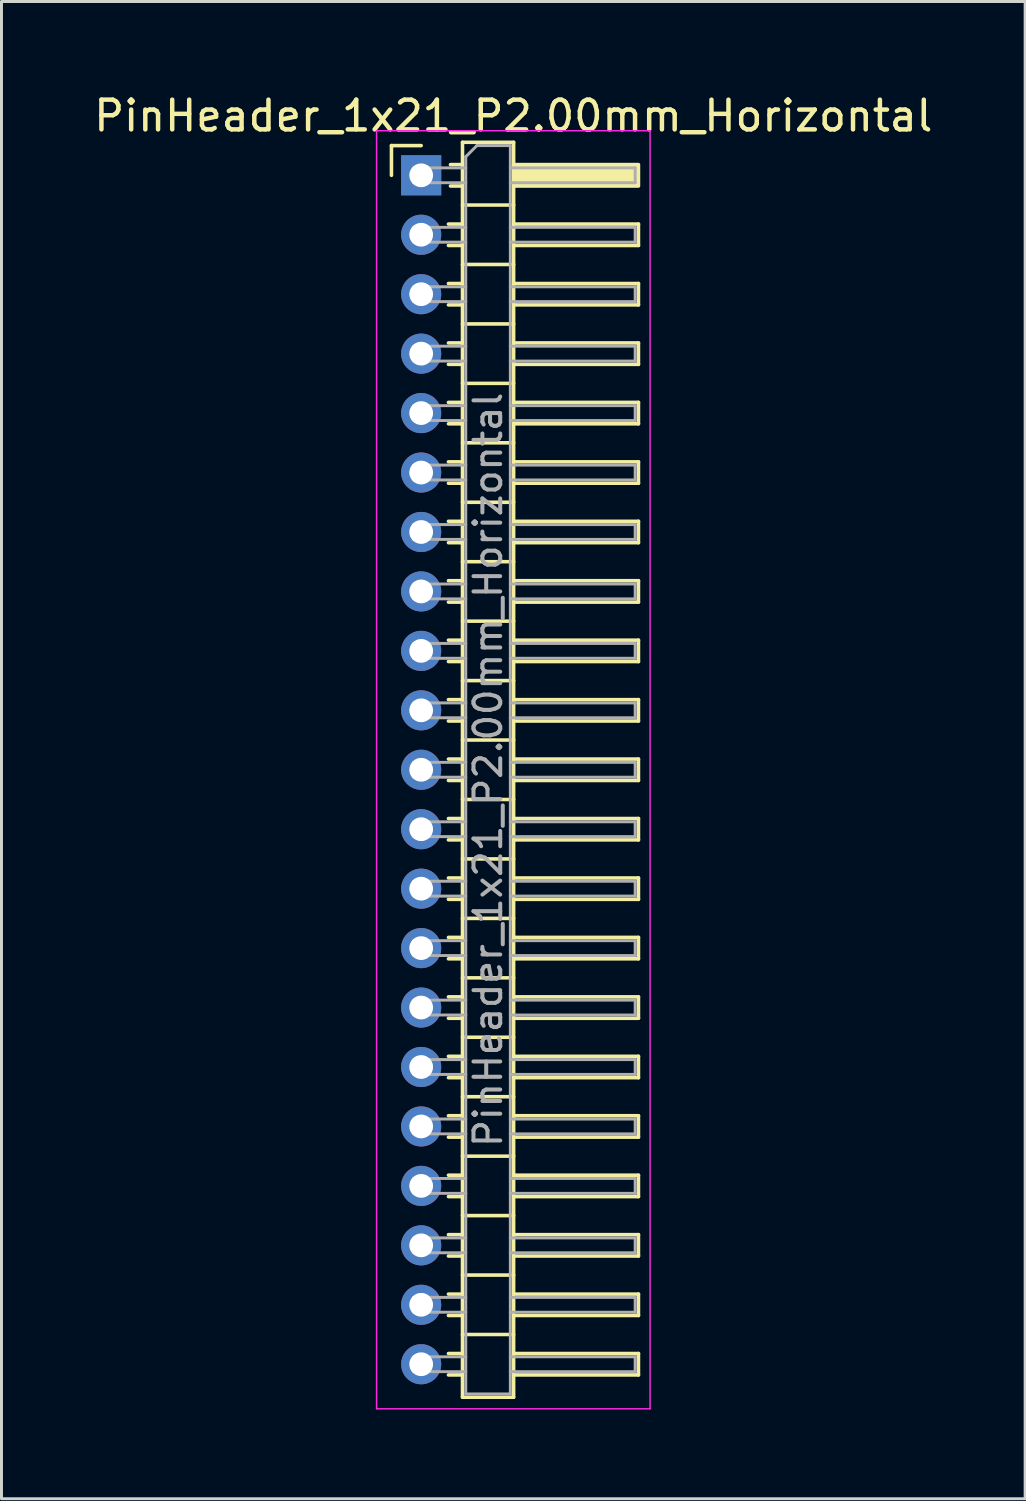
<source format=kicad_pcb>
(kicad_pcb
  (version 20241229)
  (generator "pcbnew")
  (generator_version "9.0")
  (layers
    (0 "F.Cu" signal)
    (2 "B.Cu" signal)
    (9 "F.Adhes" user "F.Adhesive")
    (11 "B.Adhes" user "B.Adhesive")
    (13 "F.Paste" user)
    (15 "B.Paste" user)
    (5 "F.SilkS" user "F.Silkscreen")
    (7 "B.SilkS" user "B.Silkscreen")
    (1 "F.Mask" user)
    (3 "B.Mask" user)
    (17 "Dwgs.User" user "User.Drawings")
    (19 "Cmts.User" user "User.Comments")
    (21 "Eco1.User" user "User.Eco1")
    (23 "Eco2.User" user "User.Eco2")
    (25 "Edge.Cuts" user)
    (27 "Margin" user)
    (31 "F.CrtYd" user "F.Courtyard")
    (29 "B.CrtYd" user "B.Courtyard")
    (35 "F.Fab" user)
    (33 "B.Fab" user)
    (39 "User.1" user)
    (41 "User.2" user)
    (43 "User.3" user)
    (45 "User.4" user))
  (footprint "PinHeader_1x21_P2.00mm_Horizontal"
    (layer "F.Cu")
    (at 11.12 2.848)
    (property "Reference" "PinHeader_1x21_P2.00mm_Horizontal" (at 3.1 -2 0) (layer "F.SilkS") (effects (font (size 1 1) (thickness 0.15))))
    (attr through_hole)
    (fp_line (start -1 -1) (end 0 -1) (stroke (width 0.12) (type solid)) (layer "F.SilkS"))
    (fp_line (start -1 0) (end -1 -1) (stroke (width 0.12) (type solid)) (layer "F.SilkS"))
    (fp_line (start 0.917 1.64) (end 1.39 1.64) (stroke (width 0.12) (type solid)) (layer "F.SilkS"))
    (fp_line (start 0.917 2.36) (end 1.39 2.36) (stroke (width 0.12) (type solid)) (layer "F.SilkS"))
    (fp_line (start 0.917 3.64) (end 1.39 3.64) (stroke (width 0.12) (type solid)) (layer "F.SilkS"))
    (fp_line (start 0.917 4.36) (end 1.39 4.36) (stroke (width 0.12) (type solid)) (layer "F.SilkS"))
    (fp_line (start 0.917 5.64) (end 1.39 5.64) (stroke (width 0.12) (type solid)) (layer "F.SilkS"))
    (fp_line (start 0.917 6.36) (end 1.39 6.36) (stroke (width 0.12) (type solid)) (layer "F.SilkS"))
    (fp_line (start 0.917 7.64) (end 1.39 7.64) (stroke (width 0.12) (type solid)) (layer "F.SilkS"))
    (fp_line (start 0.917 8.36) (end 1.39 8.36) (stroke (width 0.12) (type solid)) (layer "F.SilkS"))
    (fp_line (start 0.917 9.64) (end 1.39 9.64) (stroke (width 0.12) (type solid)) (layer "F.SilkS"))
    (fp_line (start 0.917 10.36) (end 1.39 10.36) (stroke (width 0.12) (type solid)) (layer "F.SilkS"))
    (fp_line (start 0.917 11.64) (end 1.39 11.64) (stroke (width 0.12) (type solid)) (layer "F.SilkS"))
    (fp_line (start 0.917 12.36) (end 1.39 12.36) (stroke (width 0.12) (type solid)) (layer "F.SilkS"))
    (fp_line (start 0.917 13.64) (end 1.39 13.64) (stroke (width 0.12) (type solid)) (layer "F.SilkS"))
    (fp_line (start 0.917 14.36) (end 1.39 14.36) (stroke (width 0.12) (type solid)) (layer "F.SilkS"))
    (fp_line (start 0.917 15.64) (end 1.39 15.64) (stroke (width 0.12) (type solid)) (layer "F.SilkS"))
    (fp_line (start 0.917 16.36) (end 1.39 16.36) (stroke (width 0.12) (type solid)) (layer "F.SilkS"))
    (fp_line (start 0.917 17.64) (end 1.39 17.64) (stroke (width 0.12) (type solid)) (layer "F.SilkS"))
    (fp_line (start 0.917 18.36) (end 1.39 18.36) (stroke (width 0.12) (type solid)) (layer "F.SilkS"))
    (fp_line (start 0.917 19.64) (end 1.39 19.64) (stroke (width 0.12) (type solid)) (layer "F.SilkS"))
    (fp_line (start 0.917 20.36) (end 1.39 20.36) (stroke (width 0.12) (type solid)) (layer "F.SilkS"))
    (fp_line (start 0.917 21.64) (end 1.39 21.64) (stroke (width 0.12) (type solid)) (layer "F.SilkS"))
    (fp_line (start 0.917 22.36) (end 1.39 22.36) (stroke (width 0.12) (type solid)) (layer "F.SilkS"))
    (fp_line (start 0.917 23.64) (end 1.39 23.64) (stroke (width 0.12) (type solid)) (layer "F.SilkS"))
    (fp_line (start 0.917 24.36) (end 1.39 24.36) (stroke (width 0.12) (type solid)) (layer "F.SilkS"))
    (fp_line (start 0.917 25.64) (end 1.39 25.64) (stroke (width 0.12) (type solid)) (layer "F.SilkS"))
    (fp_line (start 0.917 26.36) (end 1.39 26.36) (stroke (width 0.12) (type solid)) (layer "F.SilkS"))
    (fp_line (start 0.917 27.64) (end 1.39 27.64) (stroke (width 0.12) (type solid)) (layer "F.SilkS"))
    (fp_line (start 0.917 28.36) (end 1.39 28.36) (stroke (width 0.12) (type solid)) (layer "F.SilkS"))
    (fp_line (start 0.917 29.64) (end 1.39 29.64) (stroke (width 0.12) (type solid)) (layer "F.SilkS"))
    (fp_line (start 0.917 30.36) (end 1.39 30.36) (stroke (width 0.12) (type solid)) (layer "F.SilkS"))
    (fp_line (start 0.917 31.64) (end 1.39 31.64) (stroke (width 0.12) (type solid)) (layer "F.SilkS"))
    (fp_line (start 0.917 32.36) (end 1.39 32.36) (stroke (width 0.12) (type solid)) (layer "F.SilkS"))
    (fp_line (start 0.917 33.64) (end 1.39 33.64) (stroke (width 0.12) (type solid)) (layer "F.SilkS"))
    (fp_line (start 0.917 34.36) (end 1.39 34.36) (stroke (width 0.12) (type solid)) (layer "F.SilkS"))
    (fp_line (start 0.917 35.64) (end 1.39 35.64) (stroke (width 0.12) (type solid)) (layer "F.SilkS"))
    (fp_line (start 0.917 36.36) (end 1.39 36.36) (stroke (width 0.12) (type solid)) (layer "F.SilkS"))
    (fp_line (start 0.917 37.64) (end 1.39 37.64) (stroke (width 0.12) (type solid)) (layer "F.SilkS"))
    (fp_line (start 0.917 38.36) (end 1.39 38.36) (stroke (width 0.12) (type solid)) (layer "F.SilkS"))
    (fp_line (start 0.917 39.64) (end 1.39 39.64) (stroke (width 0.12) (type solid)) (layer "F.SilkS"))
    (fp_line (start 0.917 40.36) (end 1.39 40.36) (stroke (width 0.12) (type solid)) (layer "F.SilkS"))
    (fp_line (start 0.985 -0.36) (end 1.39 -0.36) (stroke (width 0.12) (type solid)) (layer "F.SilkS"))
    (fp_line (start 0.985 0.36) (end 1.39 0.36) (stroke (width 0.12) (type solid)) (layer "F.SilkS"))
    (fp_line (start 1.39 -1.11) (end 1.39 41.11) (stroke (width 0.12) (type solid)) (layer "F.SilkS"))
    (fp_line (start 1.39 1) (end 3.11 1) (stroke (width 0.12) (type solid)) (layer "F.SilkS"))
    (fp_line (start 1.39 3) (end 3.11 3) (stroke (width 0.12) (type solid)) (layer "F.SilkS"))
    (fp_line (start 1.39 5) (end 3.11 5) (stroke (width 0.12) (type solid)) (layer "F.SilkS"))
    (fp_line (start 1.39 7) (end 3.11 7) (stroke (width 0.12) (type solid)) (layer "F.SilkS"))
    (fp_line (start 1.39 9) (end 3.11 9) (stroke (width 0.12) (type solid)) (layer "F.SilkS"))
    (fp_line (start 1.39 11) (end 3.11 11) (stroke (width 0.12) (type solid)) (layer "F.SilkS"))
    (fp_line (start 1.39 13) (end 3.11 13) (stroke (width 0.12) (type solid)) (layer "F.SilkS"))
    (fp_line (start 1.39 15) (end 3.11 15) (stroke (width 0.12) (type solid)) (layer "F.SilkS"))
    (fp_line (start 1.39 17) (end 3.11 17) (stroke (width 0.12) (type solid)) (layer "F.SilkS"))
    (fp_line (start 1.39 19) (end 3.11 19) (stroke (width 0.12) (type solid)) (layer "F.SilkS"))
    (fp_line (start 1.39 21) (end 3.11 21) (stroke (width 0.12) (type solid)) (layer "F.SilkS"))
    (fp_line (start 1.39 23) (end 3.11 23) (stroke (width 0.12) (type solid)) (layer "F.SilkS"))
    (fp_line (start 1.39 25) (end 3.11 25) (stroke (width 0.12) (type solid)) (layer "F.SilkS"))
    (fp_line (start 1.39 27) (end 3.11 27) (stroke (width 0.12) (type solid)) (layer "F.SilkS"))
    (fp_line (start 1.39 29) (end 3.11 29) (stroke (width 0.12) (type solid)) (layer "F.SilkS"))
    (fp_line (start 1.39 31) (end 3.11 31) (stroke (width 0.12) (type solid)) (layer "F.SilkS"))
    (fp_line (start 1.39 33) (end 3.11 33) (stroke (width 0.12) (type solid)) (layer "F.SilkS"))
    (fp_line (start 1.39 35) (end 3.11 35) (stroke (width 0.12) (type solid)) (layer "F.SilkS"))
    (fp_line (start 1.39 37) (end 3.11 37) (stroke (width 0.12) (type solid)) (layer "F.SilkS"))
    (fp_line (start 1.39 39) (end 3.11 39) (stroke (width 0.12) (type solid)) (layer "F.SilkS"))
    (fp_line (start 1.39 41.11) (end 3.11 41.11) (stroke (width 0.12) (type solid)) (layer "F.SilkS"))
    (fp_line (start 3.11 -1.11) (end 1.39 -1.11) (stroke (width 0.12) (type solid)) (layer "F.SilkS"))
    (fp_line (start 3.11 1.64) (end 7.31 1.64) (stroke (width 0.12) (type solid)) (layer "F.SilkS"))
    (fp_line (start 3.11 3.64) (end 7.31 3.64) (stroke (width 0.12) (type solid)) (layer "F.SilkS"))
    (fp_line (start 3.11 5.64) (end 7.31 5.64) (stroke (width 0.12) (type solid)) (layer "F.SilkS"))
    (fp_line (start 3.11 7.64) (end 7.31 7.64) (stroke (width 0.12) (type solid)) (layer "F.SilkS"))
    (fp_line (start 3.11 9.64) (end 7.31 9.64) (stroke (width 0.12) (type solid)) (layer "F.SilkS"))
    (fp_line (start 3.11 11.64) (end 7.31 11.64) (stroke (width 0.12) (type solid)) (layer "F.SilkS"))
    (fp_line (start 3.11 13.64) (end 7.31 13.64) (stroke (width 0.12) (type solid)) (layer "F.SilkS"))
    (fp_line (start 3.11 15.64) (end 7.31 15.64) (stroke (width 0.12) (type solid)) (layer "F.SilkS"))
    (fp_line (start 3.11 17.64) (end 7.31 17.64) (stroke (width 0.12) (type solid)) (layer "F.SilkS"))
    (fp_line (start 3.11 19.64) (end 7.31 19.64) (stroke (width 0.12) (type solid)) (layer "F.SilkS"))
    (fp_line (start 3.11 21.64) (end 7.31 21.64) (stroke (width 0.12) (type solid)) (layer "F.SilkS"))
    (fp_line (start 3.11 23.64) (end 7.31 23.64) (stroke (width 0.12) (type solid)) (layer "F.SilkS"))
    (fp_line (start 3.11 25.64) (end 7.31 25.64) (stroke (width 0.12) (type solid)) (layer "F.SilkS"))
    (fp_line (start 3.11 27.64) (end 7.31 27.64) (stroke (width 0.12) (type solid)) (layer "F.SilkS"))
    (fp_line (start 3.11 29.64) (end 7.31 29.64) (stroke (width 0.12) (type solid)) (layer "F.SilkS"))
    (fp_line (start 3.11 31.64) (end 7.31 31.64) (stroke (width 0.12) (type solid)) (layer "F.SilkS"))
    (fp_line (start 3.11 33.64) (end 7.31 33.64) (stroke (width 0.12) (type solid)) (layer "F.SilkS"))
    (fp_line (start 3.11 35.64) (end 7.31 35.64) (stroke (width 0.12) (type solid)) (layer "F.SilkS"))
    (fp_line (start 3.11 37.64) (end 7.31 37.64) (stroke (width 0.12) (type solid)) (layer "F.SilkS"))
    (fp_line (start 3.11 39.64) (end 7.31 39.64) (stroke (width 0.12) (type solid)) (layer "F.SilkS"))
    (fp_line (start 3.11 41.11) (end 3.11 -1.11) (stroke (width 0.12) (type solid)) (layer "F.SilkS"))
    (fp_line (start 7.31 1.64) (end 7.31 2.36) (stroke (width 0.12) (type solid)) (layer "F.SilkS"))
    (fp_line (start 7.31 2.36) (end 3.11 2.36) (stroke (width 0.12) (type solid)) (layer "F.SilkS"))
    (fp_line (start 7.31 3.64) (end 7.31 4.36) (stroke (width 0.12) (type solid)) (layer "F.SilkS"))
    (fp_line (start 7.31 4.36) (end 3.11 4.36) (stroke (width 0.12) (type solid)) (layer "F.SilkS"))
    (fp_line (start 7.31 5.64) (end 7.31 6.36) (stroke (width 0.12) (type solid)) (layer "F.SilkS"))
    (fp_line (start 7.31 6.36) (end 3.11 6.36) (stroke (width 0.12) (type solid)) (layer "F.SilkS"))
    (fp_line (start 7.31 7.64) (end 7.31 8.36) (stroke (width 0.12) (type solid)) (layer "F.SilkS"))
    (fp_line (start 7.31 8.36) (end 3.11 8.36) (stroke (width 0.12) (type solid)) (layer "F.SilkS"))
    (fp_line (start 7.31 9.64) (end 7.31 10.36) (stroke (width 0.12) (type solid)) (layer "F.SilkS"))
    (fp_line (start 7.31 10.36) (end 3.11 10.36) (stroke (width 0.12) (type solid)) (layer "F.SilkS"))
    (fp_line (start 7.31 11.64) (end 7.31 12.36) (stroke (width 0.12) (type solid)) (layer "F.SilkS"))
    (fp_line (start 7.31 12.36) (end 3.11 12.36) (stroke (width 0.12) (type solid)) (layer "F.SilkS"))
    (fp_line (start 7.31 13.64) (end 7.31 14.36) (stroke (width 0.12) (type solid)) (layer "F.SilkS"))
    (fp_line (start 7.31 14.36) (end 3.11 14.36) (stroke (width 0.12) (type solid)) (layer "F.SilkS"))
    (fp_line (start 7.31 15.64) (end 7.31 16.36) (stroke (width 0.12) (type solid)) (layer "F.SilkS"))
    (fp_line (start 7.31 16.36) (end 3.11 16.36) (stroke (width 0.12) (type solid)) (layer "F.SilkS"))
    (fp_line (start 7.31 17.64) (end 7.31 18.36) (stroke (width 0.12) (type solid)) (layer "F.SilkS"))
    (fp_line (start 7.31 18.36) (end 3.11 18.36) (stroke (width 0.12) (type solid)) (layer "F.SilkS"))
    (fp_line (start 7.31 19.64) (end 7.31 20.36) (stroke (width 0.12) (type solid)) (layer "F.SilkS"))
    (fp_line (start 7.31 20.36) (end 3.11 20.36) (stroke (width 0.12) (type solid)) (layer "F.SilkS"))
    (fp_line (start 7.31 21.64) (end 7.31 22.36) (stroke (width 0.12) (type solid)) (layer "F.SilkS"))
    (fp_line (start 7.31 22.36) (end 3.11 22.36) (stroke (width 0.12) (type solid)) (layer "F.SilkS"))
    (fp_line (start 7.31 23.64) (end 7.31 24.36) (stroke (width 0.12) (type solid)) (layer "F.SilkS"))
    (fp_line (start 7.31 24.36) (end 3.11 24.36) (stroke (width 0.12) (type solid)) (layer "F.SilkS"))
    (fp_line (start 7.31 25.64) (end 7.31 26.36) (stroke (width 0.12) (type solid)) (layer "F.SilkS"))
    (fp_line (start 7.31 26.36) (end 3.11 26.36) (stroke (width 0.12) (type solid)) (layer "F.SilkS"))
    (fp_line (start 7.31 27.64) (end 7.31 28.36) (stroke (width 0.12) (type solid)) (layer "F.SilkS"))
    (fp_line (start 7.31 28.36) (end 3.11 28.36) (stroke (width 0.12) (type solid)) (layer "F.SilkS"))
    (fp_line (start 7.31 29.64) (end 7.31 30.36) (stroke (width 0.12) (type solid)) (layer "F.SilkS"))
    (fp_line (start 7.31 30.36) (end 3.11 30.36) (stroke (width 0.12) (type solid)) (layer "F.SilkS"))
    (fp_line (start 7.31 31.64) (end 7.31 32.36) (stroke (width 0.12) (type solid)) (layer "F.SilkS"))
    (fp_line (start 7.31 32.36) (end 3.11 32.36) (stroke (width 0.12) (type solid)) (layer "F.SilkS"))
    (fp_line (start 7.31 33.64) (end 7.31 34.36) (stroke (width 0.12) (type solid)) (layer "F.SilkS"))
    (fp_line (start 7.31 34.36) (end 3.11 34.36) (stroke (width 0.12) (type solid)) (layer "F.SilkS"))
    (fp_line (start 7.31 35.64) (end 7.31 36.36) (stroke (width 0.12) (type solid)) (layer "F.SilkS"))
    (fp_line (start 7.31 36.36) (end 3.11 36.36) (stroke (width 0.12) (type solid)) (layer "F.SilkS"))
    (fp_line (start 7.31 37.64) (end 7.31 38.36) (stroke (width 0.12) (type solid)) (layer "F.SilkS"))
    (fp_line (start 7.31 38.36) (end 3.11 38.36) (stroke (width 0.12) (type solid)) (layer "F.SilkS"))
    (fp_line (start 7.31 39.64) (end 7.31 40.36) (stroke (width 0.12) (type solid)) (layer "F.SilkS"))
    (fp_line (start 7.31 40.36) (end 3.11 40.36) (stroke (width 0.12) (type solid)) (layer "F.SilkS"))
    (fp_rect (start 3.11 -0.36) (end 7.31 0.36) (stroke (width 0.12) (type solid)) (fill yes) (layer "F.SilkS"))
    (fp_line (start -1.5 -1.5) (end -1.5 41.5) (stroke (width 0.05) (type solid)) (layer "F.CrtYd"))
    (fp_line (start -1.5 41.5) (end 7.7 41.5) (stroke (width 0.05) (type solid)) (layer "F.CrtYd"))
    (fp_line (start 7.7 -1.5) (end -1.5 -1.5) (stroke (width 0.05) (type solid)) (layer "F.CrtYd"))
    (fp_line (start 7.7 41.5) (end 7.7 -1.5) (stroke (width 0.05) (type solid)) (layer "F.CrtYd"))
    (fp_line (start -0.25 -0.25) (end -0.25 0.25) (stroke (width 0.1) (type solid)) (layer "F.Fab"))
    (fp_line (start -0.25 -0.25) (end 1.5 -0.25) (stroke (width 0.1) (type solid)) (layer "F.Fab"))
    (fp_line (start -0.25 0.25) (end 1.5 0.25) (stroke (width 0.1) (type solid)) (layer "F.Fab"))
    (fp_line (start -0.25 1.75) (end -0.25 2.25) (stroke (width 0.1) (type solid)) (layer "F.Fab"))
    (fp_line (start -0.25 1.75) (end 1.5 1.75) (stroke (width 0.1) (type solid)) (layer "F.Fab"))
    (fp_line (start -0.25 2.25) (end 1.5 2.25) (stroke (width 0.1) (type solid)) (layer "F.Fab"))
    (fp_line (start -0.25 3.75) (end -0.25 4.25) (stroke (width 0.1) (type solid)) (layer "F.Fab"))
    (fp_line (start -0.25 3.75) (end 1.5 3.75) (stroke (width 0.1) (type solid)) (layer "F.Fab"))
    (fp_line (start -0.25 4.25) (end 1.5 4.25) (stroke (width 0.1) (type solid)) (layer "F.Fab"))
    (fp_line (start -0.25 5.75) (end -0.25 6.25) (stroke (width 0.1) (type solid)) (layer "F.Fab"))
    (fp_line (start -0.25 5.75) (end 1.5 5.75) (stroke (width 0.1) (type solid)) (layer "F.Fab"))
    (fp_line (start -0.25 6.25) (end 1.5 6.25) (stroke (width 0.1) (type solid)) (layer "F.Fab"))
    (fp_line (start -0.25 7.75) (end -0.25 8.25) (stroke (width 0.1) (type solid)) (layer "F.Fab"))
    (fp_line (start -0.25 7.75) (end 1.5 7.75) (stroke (width 0.1) (type solid)) (layer "F.Fab"))
    (fp_line (start -0.25 8.25) (end 1.5 8.25) (stroke (width 0.1) (type solid)) (layer "F.Fab"))
    (fp_line (start -0.25 9.75) (end -0.25 10.25) (stroke (width 0.1) (type solid)) (layer "F.Fab"))
    (fp_line (start -0.25 9.75) (end 1.5 9.75) (stroke (width 0.1) (type solid)) (layer "F.Fab"))
    (fp_line (start -0.25 10.25) (end 1.5 10.25) (stroke (width 0.1) (type solid)) (layer "F.Fab"))
    (fp_line (start -0.25 11.75) (end -0.25 12.25) (stroke (width 0.1) (type solid)) (layer "F.Fab"))
    (fp_line (start -0.25 11.75) (end 1.5 11.75) (stroke (width 0.1) (type solid)) (layer "F.Fab"))
    (fp_line (start -0.25 12.25) (end 1.5 12.25) (stroke (width 0.1) (type solid)) (layer "F.Fab"))
    (fp_line (start -0.25 13.75) (end -0.25 14.25) (stroke (width 0.1) (type solid)) (layer "F.Fab"))
    (fp_line (start -0.25 13.75) (end 1.5 13.75) (stroke (width 0.1) (type solid)) (layer "F.Fab"))
    (fp_line (start -0.25 14.25) (end 1.5 14.25) (stroke (width 0.1) (type solid)) (layer "F.Fab"))
    (fp_line (start -0.25 15.75) (end -0.25 16.25) (stroke (width 0.1) (type solid)) (layer "F.Fab"))
    (fp_line (start -0.25 15.75) (end 1.5 15.75) (stroke (width 0.1) (type solid)) (layer "F.Fab"))
    (fp_line (start -0.25 16.25) (end 1.5 16.25) (stroke (width 0.1) (type solid)) (layer "F.Fab"))
    (fp_line (start -0.25 17.75) (end -0.25 18.25) (stroke (width 0.1) (type solid)) (layer "F.Fab"))
    (fp_line (start -0.25 17.75) (end 1.5 17.75) (stroke (width 0.1) (type solid)) (layer "F.Fab"))
    (fp_line (start -0.25 18.25) (end 1.5 18.25) (stroke (width 0.1) (type solid)) (layer "F.Fab"))
    (fp_line (start -0.25 19.75) (end -0.25 20.25) (stroke (width 0.1) (type solid)) (layer "F.Fab"))
    (fp_line (start -0.25 19.75) (end 1.5 19.75) (stroke (width 0.1) (type solid)) (layer "F.Fab"))
    (fp_line (start -0.25 20.25) (end 1.5 20.25) (stroke (width 0.1) (type solid)) (layer "F.Fab"))
    (fp_line (start -0.25 21.75) (end -0.25 22.25) (stroke (width 0.1) (type solid)) (layer "F.Fab"))
    (fp_line (start -0.25 21.75) (end 1.5 21.75) (stroke (width 0.1) (type solid)) (layer "F.Fab"))
    (fp_line (start -0.25 22.25) (end 1.5 22.25) (stroke (width 0.1) (type solid)) (layer "F.Fab"))
    (fp_line (start -0.25 23.75) (end -0.25 24.25) (stroke (width 0.1) (type solid)) (layer "F.Fab"))
    (fp_line (start -0.25 23.75) (end 1.5 23.75) (stroke (width 0.1) (type solid)) (layer "F.Fab"))
    (fp_line (start -0.25 24.25) (end 1.5 24.25) (stroke (width 0.1) (type solid)) (layer "F.Fab"))
    (fp_line (start -0.25 25.75) (end -0.25 26.25) (stroke (width 0.1) (type solid)) (layer "F.Fab"))
    (fp_line (start -0.25 25.75) (end 1.5 25.75) (stroke (width 0.1) (type solid)) (layer "F.Fab"))
    (fp_line (start -0.25 26.25) (end 1.5 26.25) (stroke (width 0.1) (type solid)) (layer "F.Fab"))
    (fp_line (start -0.25 27.75) (end -0.25 28.25) (stroke (width 0.1) (type solid)) (layer "F.Fab"))
    (fp_line (start -0.25 27.75) (end 1.5 27.75) (stroke (width 0.1) (type solid)) (layer "F.Fab"))
    (fp_line (start -0.25 28.25) (end 1.5 28.25) (stroke (width 0.1) (type solid)) (layer "F.Fab"))
    (fp_line (start -0.25 29.75) (end -0.25 30.25) (stroke (width 0.1) (type solid)) (layer "F.Fab"))
    (fp_line (start -0.25 29.75) (end 1.5 29.75) (stroke (width 0.1) (type solid)) (layer "F.Fab"))
    (fp_line (start -0.25 30.25) (end 1.5 30.25) (stroke (width 0.1) (type solid)) (layer "F.Fab"))
    (fp_line (start -0.25 31.75) (end -0.25 32.25) (stroke (width 0.1) (type solid)) (layer "F.Fab"))
    (fp_line (start -0.25 31.75) (end 1.5 31.75) (stroke (width 0.1) (type solid)) (layer "F.Fab"))
    (fp_line (start -0.25 32.25) (end 1.5 32.25) (stroke (width 0.1) (type solid)) (layer "F.Fab"))
    (fp_line (start -0.25 33.75) (end -0.25 34.25) (stroke (width 0.1) (type solid)) (layer "F.Fab"))
    (fp_line (start -0.25 33.75) (end 1.5 33.75) (stroke (width 0.1) (type solid)) (layer "F.Fab"))
    (fp_line (start -0.25 34.25) (end 1.5 34.25) (stroke (width 0.1) (type solid)) (layer "F.Fab"))
    (fp_line (start -0.25 35.75) (end -0.25 36.25) (stroke (width 0.1) (type solid)) (layer "F.Fab"))
    (fp_line (start -0.25 35.75) (end 1.5 35.75) (stroke (width 0.1) (type solid)) (layer "F.Fab"))
    (fp_line (start -0.25 36.25) (end 1.5 36.25) (stroke (width 0.1) (type solid)) (layer "F.Fab"))
    (fp_line (start -0.25 37.75) (end -0.25 38.25) (stroke (width 0.1) (type solid)) (layer "F.Fab"))
    (fp_line (start -0.25 37.75) (end 1.5 37.75) (stroke (width 0.1) (type solid)) (layer "F.Fab"))
    (fp_line (start -0.25 38.25) (end 1.5 38.25) (stroke (width 0.1) (type solid)) (layer "F.Fab"))
    (fp_line (start -0.25 39.75) (end -0.25 40.25) (stroke (width 0.1) (type solid)) (layer "F.Fab"))
    (fp_line (start -0.25 39.75) (end 1.5 39.75) (stroke (width 0.1) (type solid)) (layer "F.Fab"))
    (fp_line (start -0.25 40.25) (end 1.5 40.25) (stroke (width 0.1) (type solid)) (layer "F.Fab"))
    (fp_line (start 1.5 -0.625) (end 1.875 -1) (stroke (width 0.1) (type solid)) (layer "F.Fab"))
    (fp_line (start 1.5 41) (end 1.5 -0.625) (stroke (width 0.1) (type solid)) (layer "F.Fab"))
    (fp_line (start 1.875 -1) (end 3 -1) (stroke (width 0.1) (type solid)) (layer "F.Fab"))
    (fp_line (start 3 -1) (end 3 41) (stroke (width 0.1) (type solid)) (layer "F.Fab"))
    (fp_line (start 3 -0.25) (end 7.2 -0.25) (stroke (width 0.1) (type solid)) (layer "F.Fab"))
    (fp_line (start 3 0.25) (end 7.2 0.25) (stroke (width 0.1) (type solid)) (layer "F.Fab"))
    (fp_line (start 3 1.75) (end 7.2 1.75) (stroke (width 0.1) (type solid)) (layer "F.Fab"))
    (fp_line (start 3 2.25) (end 7.2 2.25) (stroke (width 0.1) (type solid)) (layer "F.Fab"))
    (fp_line (start 3 3.75) (end 7.2 3.75) (stroke (width 0.1) (type solid)) (layer "F.Fab"))
    (fp_line (start 3 4.25) (end 7.2 4.25) (stroke (width 0.1) (type solid)) (layer "F.Fab"))
    (fp_line (start 3 5.75) (end 7.2 5.75) (stroke (width 0.1) (type solid)) (layer "F.Fab"))
    (fp_line (start 3 6.25) (end 7.2 6.25) (stroke (width 0.1) (type solid)) (layer "F.Fab"))
    (fp_line (start 3 7.75) (end 7.2 7.75) (stroke (width 0.1) (type solid)) (layer "F.Fab"))
    (fp_line (start 3 8.25) (end 7.2 8.25) (stroke (width 0.1) (type solid)) (layer "F.Fab"))
    (fp_line (start 3 9.75) (end 7.2 9.75) (stroke (width 0.1) (type solid)) (layer "F.Fab"))
    (fp_line (start 3 10.25) (end 7.2 10.25) (stroke (width 0.1) (type solid)) (layer "F.Fab"))
    (fp_line (start 3 11.75) (end 7.2 11.75) (stroke (width 0.1) (type solid)) (layer "F.Fab"))
    (fp_line (start 3 12.25) (end 7.2 12.25) (stroke (width 0.1) (type solid)) (layer "F.Fab"))
    (fp_line (start 3 13.75) (end 7.2 13.75) (stroke (width 0.1) (type solid)) (layer "F.Fab"))
    (fp_line (start 3 14.25) (end 7.2 14.25) (stroke (width 0.1) (type solid)) (layer "F.Fab"))
    (fp_line (start 3 15.75) (end 7.2 15.75) (stroke (width 0.1) (type solid)) (layer "F.Fab"))
    (fp_line (start 3 16.25) (end 7.2 16.25) (stroke (width 0.1) (type solid)) (layer "F.Fab"))
    (fp_line (start 3 17.75) (end 7.2 17.75) (stroke (width 0.1) (type solid)) (layer "F.Fab"))
    (fp_line (start 3 18.25) (end 7.2 18.25) (stroke (width 0.1) (type solid)) (layer "F.Fab"))
    (fp_line (start 3 19.75) (end 7.2 19.75) (stroke (width 0.1) (type solid)) (layer "F.Fab"))
    (fp_line (start 3 20.25) (end 7.2 20.25) (stroke (width 0.1) (type solid)) (layer "F.Fab"))
    (fp_line (start 3 21.75) (end 7.2 21.75) (stroke (width 0.1) (type solid)) (layer "F.Fab"))
    (fp_line (start 3 22.25) (end 7.2 22.25) (stroke (width 0.1) (type solid)) (layer "F.Fab"))
    (fp_line (start 3 23.75) (end 7.2 23.75) (stroke (width 0.1) (type solid)) (layer "F.Fab"))
    (fp_line (start 3 24.25) (end 7.2 24.25) (stroke (width 0.1) (type solid)) (layer "F.Fab"))
    (fp_line (start 3 25.75) (end 7.2 25.75) (stroke (width 0.1) (type solid)) (layer "F.Fab"))
    (fp_line (start 3 26.25) (end 7.2 26.25) (stroke (width 0.1) (type solid)) (layer "F.Fab"))
    (fp_line (start 3 27.75) (end 7.2 27.75) (stroke (width 0.1) (type solid)) (layer "F.Fab"))
    (fp_line (start 3 28.25) (end 7.2 28.25) (stroke (width 0.1) (type solid)) (layer "F.Fab"))
    (fp_line (start 3 29.75) (end 7.2 29.75) (stroke (width 0.1) (type solid)) (layer "F.Fab"))
    (fp_line (start 3 30.25) (end 7.2 30.25) (stroke (width 0.1) (type solid)) (layer "F.Fab"))
    (fp_line (start 3 31.75) (end 7.2 31.75) (stroke (width 0.1) (type solid)) (layer "F.Fab"))
    (fp_line (start 3 32.25) (end 7.2 32.25) (stroke (width 0.1) (type solid)) (layer "F.Fab"))
    (fp_line (start 3 33.75) (end 7.2 33.75) (stroke (width 0.1) (type solid)) (layer "F.Fab"))
    (fp_line (start 3 34.25) (end 7.2 34.25) (stroke (width 0.1) (type solid)) (layer "F.Fab"))
    (fp_line (start 3 35.75) (end 7.2 35.75) (stroke (width 0.1) (type solid)) (layer "F.Fab"))
    (fp_line (start 3 36.25) (end 7.2 36.25) (stroke (width 0.1) (type solid)) (layer "F.Fab"))
    (fp_line (start 3 37.75) (end 7.2 37.75) (stroke (width 0.1) (type solid)) (layer "F.Fab"))
    (fp_line (start 3 38.25) (end 7.2 38.25) (stroke (width 0.1) (type solid)) (layer "F.Fab"))
    (fp_line (start 3 39.75) (end 7.2 39.75) (stroke (width 0.1) (type solid)) (layer "F.Fab"))
    (fp_line (start 3 40.25) (end 7.2 40.25) (stroke (width 0.1) (type solid)) (layer "F.Fab"))
    (fp_line (start 3 41) (end 1.5 41) (stroke (width 0.1) (type solid)) (layer "F.Fab"))
    (fp_line (start 7.2 -0.25) (end 7.2 0.25) (stroke (width 0.1) (type solid)) (layer "F.Fab"))
    (fp_line (start 7.2 1.75) (end 7.2 2.25) (stroke (width 0.1) (type solid)) (layer "F.Fab"))
    (fp_line (start 7.2 3.75) (end 7.2 4.25) (stroke (width 0.1) (type solid)) (layer "F.Fab"))
    (fp_line (start 7.2 5.75) (end 7.2 6.25) (stroke (width 0.1) (type solid)) (layer "F.Fab"))
    (fp_line (start 7.2 7.75) (end 7.2 8.25) (stroke (width 0.1) (type solid)) (layer "F.Fab"))
    (fp_line (start 7.2 9.75) (end 7.2 10.25) (stroke (width 0.1) (type solid)) (layer "F.Fab"))
    (fp_line (start 7.2 11.75) (end 7.2 12.25) (stroke (width 0.1) (type solid)) (layer "F.Fab"))
    (fp_line (start 7.2 13.75) (end 7.2 14.25) (stroke (width 0.1) (type solid)) (layer "F.Fab"))
    (fp_line (start 7.2 15.75) (end 7.2 16.25) (stroke (width 0.1) (type solid)) (layer "F.Fab"))
    (fp_line (start 7.2 17.75) (end 7.2 18.25) (stroke (width 0.1) (type solid)) (layer "F.Fab"))
    (fp_line (start 7.2 19.75) (end 7.2 20.25) (stroke (width 0.1) (type solid)) (layer "F.Fab"))
    (fp_line (start 7.2 21.75) (end 7.2 22.25) (stroke (width 0.1) (type solid)) (layer "F.Fab"))
    (fp_line (start 7.2 23.75) (end 7.2 24.25) (stroke (width 0.1) (type solid)) (layer "F.Fab"))
    (fp_line (start 7.2 25.75) (end 7.2 26.25) (stroke (width 0.1) (type solid)) (layer "F.Fab"))
    (fp_line (start 7.2 27.75) (end 7.2 28.25) (stroke (width 0.1) (type solid)) (layer "F.Fab"))
    (fp_line (start 7.2 29.75) (end 7.2 30.25) (stroke (width 0.1) (type solid)) (layer "F.Fab"))
    (fp_line (start 7.2 31.75) (end 7.2 32.25) (stroke (width 0.1) (type solid)) (layer "F.Fab"))
    (fp_line (start 7.2 33.75) (end 7.2 34.25) (stroke (width 0.1) (type solid)) (layer "F.Fab"))
    (fp_line (start 7.2 35.75) (end 7.2 36.25) (stroke (width 0.1) (type solid)) (layer "F.Fab"))
    (fp_line (start 7.2 37.75) (end 7.2 38.25) (stroke (width 0.1) (type solid)) (layer "F.Fab"))
    (fp_line (start 7.2 39.75) (end 7.2 40.25) (stroke (width 0.1) (type solid)) (layer "F.Fab"))
    (fp_text user "${REFERENCE}" (at 2.25 20 90) (layer "F.Fab") (effects (font (size 0.9 0.9) (thickness 0.135))))
    (pad "1" thru_hole rect (at 0 0) (size 1.35 1.35) (drill 0.8) (layers "*.Cu" "*.Mask"))
    (pad "2" thru_hole circle (at 0 2) (size 1.35 1.35) (drill 0.8) (layers "*.Cu" "*.Mask"))
    (pad "3" thru_hole circle (at 0 4) (size 1.35 1.35) (drill 0.8) (layers "*.Cu" "*.Mask"))
    (pad "4" thru_hole circle (at 0 6) (size 1.35 1.35) (drill 0.8) (layers "*.Cu" "*.Mask"))
    (pad "5" thru_hole circle (at 0 8) (size 1.35 1.35) (drill 0.8) (layers "*.Cu" "*.Mask"))
    (pad "6" thru_hole circle (at 0 10) (size 1.35 1.35) (drill 0.8) (layers "*.Cu" "*.Mask"))
    (pad "7" thru_hole circle (at 0 12) (size 1.35 1.35) (drill 0.8) (layers "*.Cu" "*.Mask"))
    (pad "8" thru_hole circle (at 0 14) (size 1.35 1.35) (drill 0.8) (layers "*.Cu" "*.Mask"))
    (pad "9" thru_hole circle (at 0 16) (size 1.35 1.35) (drill 0.8) (layers "*.Cu" "*.Mask"))
    (pad "10" thru_hole circle (at 0 18) (size 1.35 1.35) (drill 0.8) (layers "*.Cu" "*.Mask"))
    (pad "11" thru_hole circle (at 0 20) (size 1.35 1.35) (drill 0.8) (layers "*.Cu" "*.Mask"))
    (pad "12" thru_hole circle (at 0 22) (size 1.35 1.35) (drill 0.8) (layers "*.Cu" "*.Mask"))
    (pad "13" thru_hole circle (at 0 24) (size 1.35 1.35) (drill 0.8) (layers "*.Cu" "*.Mask"))
    (pad "14" thru_hole circle (at 0 26) (size 1.35 1.35) (drill 0.8) (layers "*.Cu" "*.Mask"))
    (pad "15" thru_hole circle (at 0 28) (size 1.35 1.35) (drill 0.8) (layers "*.Cu" "*.Mask"))
    (pad "16" thru_hole circle (at 0 30) (size 1.35 1.35) (drill 0.8) (layers "*.Cu" "*.Mask"))
    (pad "17" thru_hole circle (at 0 32) (size 1.35 1.35) (drill 0.8) (layers "*.Cu" "*.Mask"))
    (pad "18" thru_hole circle (at 0 34) (size 1.35 1.35) (drill 0.8) (layers "*.Cu" "*.Mask"))
    (pad "19" thru_hole circle (at 0 36) (size 1.35 1.35) (drill 0.8) (layers "*.Cu" "*.Mask"))
    (pad "20" thru_hole circle (at 0 38) (size 1.35 1.35) (drill 0.8) (layers "*.Cu" "*.Mask"))
    (pad "21" thru_hole circle (at 0 40) (size 1.35 1.35) (drill 0.8) (layers "*.Cu" "*.Mask")))
  (gr_rect
    (start -3 -3)
    (end 31.44 47.373)
    (stroke (width 0.1) (type default))
    (fill no)
    (layer "Edge.Cuts")))
</source>
